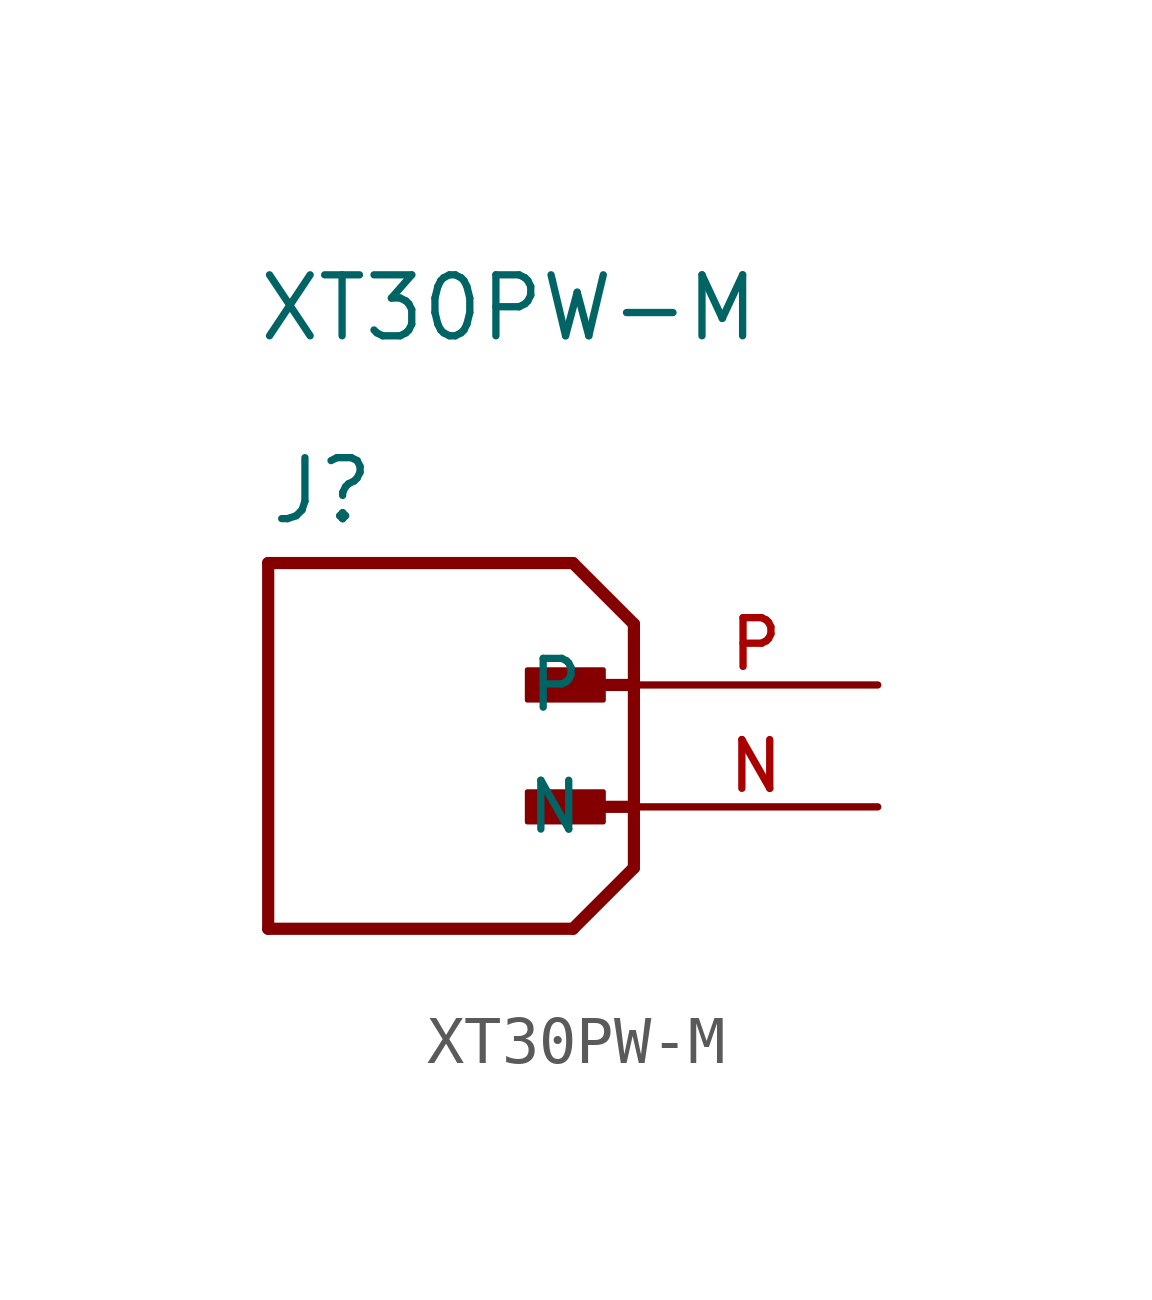
<source format=kicad_sym>
(kicad_symbol_lib
  (version 20231120)
  (generator "kicad_symbol_editor")
  (generator_version "8.0")
  (symbol "XT30PW-M"
    (pin_names
      (offset 1.016))
    (property "Reference" "J"
      (at -7.62 3.302 0)
      (effects (font (size 1.27 1.27)) (justify left bottom)))
    (property "Value" "XT30PW-M"
      (at -7.874 7.112 0)
      (effects (font (size 1.27 1.27)) (justify left bottom)))
    (symbol "XT30PW-M_0_0"
      (rectangle (start -2.223 -2.857) (end -0.635 -2.223) (stroke (width 0.1) (type default)) (fill (type outline)))
      (rectangle (start -2.223 -0.318) (end -0.635 0.318) (stroke (width 0.1) (type default)) (fill (type outline)))
      (polyline (pts (xy -7.62 -5.08) (xy -7.62 2.54)) (stroke (width 0.254) (type default)) (fill (type none)))
      (polyline (pts (xy -7.62 2.54) (xy -1.27 2.54)) (stroke (width 0.254) (type default)) (fill (type none)))
      (polyline (pts (xy -1.27 -5.08) (xy -7.62 -5.08)) (stroke (width 0.254) (type default)) (fill (type none)))
      (polyline (pts (xy 0 -3.81) (xy -1.27 -5.08)) (stroke (width 0.254) (type default)) (fill (type none)))
      (polyline (pts (xy 0 -2.54) (xy -1.905 -2.54)) (stroke (width 0.254) (type default)) (fill (type none)))
      (polyline (pts (xy 0 0) (xy -1.905 0)) (stroke (width 0.254) (type default)) (fill (type none)))
      (polyline (pts (xy 0 0) (xy 0 -3.81)) (stroke (width 0.254) (type default)) (fill (type none)))
      (polyline (pts (xy 0 1.27) (xy -1.27 2.54)) (stroke (width 0.254) (type default)) (fill (type none)))
      (polyline (pts (xy 0 1.27) (xy 0 0)) (stroke (width 0.254) (type default)) (fill (type none)))
      (pin passive line (at 5.08 0 180) (length 5.08) (name "P" (effects (font (size 1.016 1.016)))) (number "P" (effects (font (size 1.016 1.016))))))
    (symbol "XT30PW-M_1_0"
      (pin passive line (at 5.08 -2.54 180) (length 5.08) (name "N" (effects (font (size 1.016 1.016)))) (number "N" (effects (font (size 1.016 1.016))))))
    (symbol "XT30PW-M_1_1"
      (pin passive line (at 5.08 -2.54 180) (length 1.27) hide (name "S1" (effects (font (size 1.27 1.27)))) (number "S1" (effects (font (size 1.27 1.27)))))
      (pin passive line (at 5.08 0 180) (length 1.27) hide (name "S2" (effects (font (size 1.27 1.27)))) (number "S2" (effects (font (size 1.27 1.27))))))))
</source>
